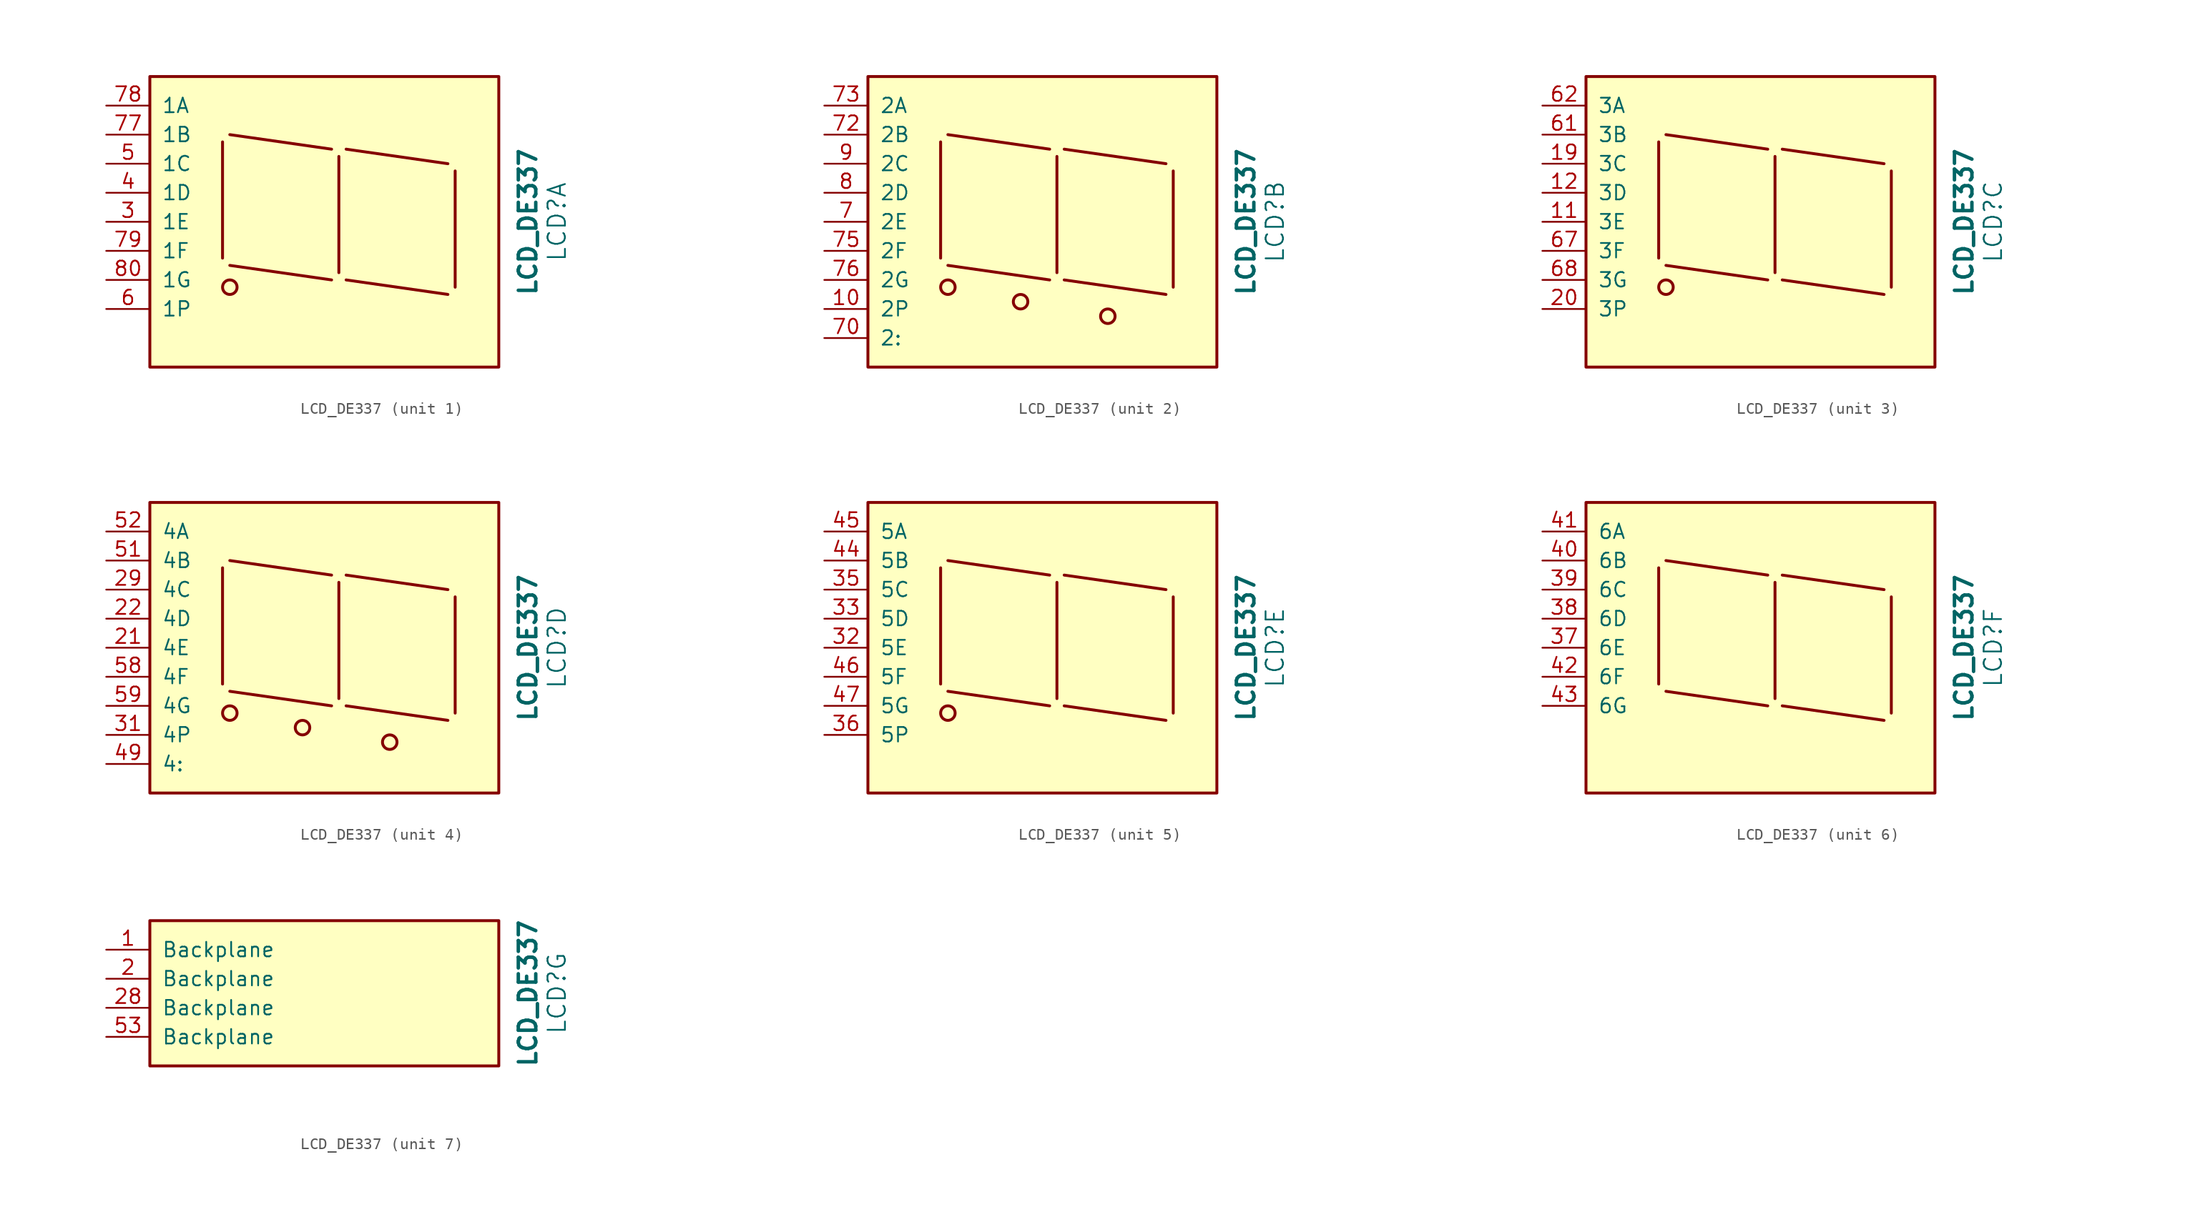
<source format=kicad_sym>
(kicad_symbol_lib
  (version 20231120)
  (generator "kicad_symbol_editor")
  (generator_version "8.0")
  (symbol "LCD_DE337"
    (pin_names
      (offset 1.016))
    (property "Reference" "LCD"
      (at 20.32 0 90)
      (effects (font (size 1.524 1.524))))
    (property "Value" "LCD_DE337"
      (at 17.78 0 90)
      (effects (font (size 1.524 1.524) (bold yes))))
    (property "Datasheet" ""
      (at 29.21 -10.16 0)
      (effects (font (size 1.524 1.524))))
    (property "ki_locked" ""
      (at 0 0 0)
      (effects (font (size 1.27 1.27))))
    (symbol "LCD_DE337_1_0"
      (rectangle (start -15.24 12.7) (end 15.24 -12.7) (stroke (width 0.254) (type default)) (fill (type background)))
      (circle (center -8.255 -5.715) (radius 0.635) (stroke (width 0.254) (type default)) (fill (type none)))
      (polyline (pts (xy -8.89 6.985) (xy -8.89 -3.175)) (stroke (width 0.254) (type default)) (fill (type none)))
      (polyline (pts (xy -8.255 -3.81) (xy 0.635 -5.08)) (stroke (width 0.254) (type default)) (fill (type none)))
      (polyline (pts (xy -8.255 7.62) (xy 0.635 6.35)) (stroke (width 0.254) (type default)) (fill (type none)))
      (polyline (pts (xy 1.27 5.715) (xy 1.27 -4.445)) (stroke (width 0.254) (type default)) (fill (type none)))
      (polyline (pts (xy 1.905 -5.08) (xy 10.795 -6.35)) (stroke (width 0.254) (type default)) (fill (type none)))
      (polyline (pts (xy 1.905 6.35) (xy 10.795 5.08)) (stroke (width 0.254) (type default)) (fill (type none)))
      (polyline (pts (xy 11.43 4.445) (xy 11.43 -5.715)) (stroke (width 0.254) (type default)) (fill (type none))))
    (symbol "LCD_DE337_1_1"
      (pin passive line (at -19.05 0 0) (length 3.81) (name "1E" (effects (font (size 1.27 1.27)))) (number "3" (effects (font (size 1.27 1.27)))))
      (pin passive line (at -19.05 2.54 0) (length 3.81) (name "1D" (effects (font (size 1.27 1.27)))) (number "4" (effects (font (size 1.27 1.27)))))
      (pin passive line (at -19.05 5.08 0) (length 3.81) (name "1C" (effects (font (size 1.27 1.27)))) (number "5" (effects (font (size 1.27 1.27)))))
      (pin passive line (at -19.05 -7.62 0) (length 3.81) (name "1P" (effects (font (size 1.27 1.27)))) (number "6" (effects (font (size 1.27 1.27)))))
      (pin passive line (at -19.05 7.62 0) (length 3.81) (name "1B" (effects (font (size 1.27 1.27)))) (number "77" (effects (font (size 1.27 1.27)))))
      (pin passive line (at -19.05 10.16 0) (length 3.81) (name "1A" (effects (font (size 1.27 1.27)))) (number "78" (effects (font (size 1.27 1.27)))))
      (pin passive line (at -19.05 -2.54 0) (length 3.81) (name "1F" (effects (font (size 1.27 1.27)))) (number "79" (effects (font (size 1.27 1.27)))))
      (pin passive line (at -19.05 -5.08 0) (length 3.81) (name "1G" (effects (font (size 1.27 1.27)))) (number "80" (effects (font (size 1.27 1.27))))))
    (symbol "LCD_DE337_2_0"
      (rectangle (start -15.24 12.7) (end 15.24 -12.7) (stroke (width 0.254) (type default)) (fill (type background)))
      (circle (center -8.255 -5.715) (radius 0.635) (stroke (width 0.254) (type default)) (fill (type none)))
      (circle (center -1.905 -6.985) (radius 0.635) (stroke (width 0.254) (type default)) (fill (type none)))
      (polyline (pts (xy -8.89 6.985) (xy -8.89 -3.175)) (stroke (width 0.254) (type default)) (fill (type none)))
      (polyline (pts (xy -8.255 -3.81) (xy 0.635 -5.08)) (stroke (width 0.254) (type default)) (fill (type none)))
      (polyline (pts (xy -8.255 7.62) (xy 0.635 6.35)) (stroke (width 0.254) (type default)) (fill (type none)))
      (polyline (pts (xy 1.27 5.715) (xy 1.27 -4.445)) (stroke (width 0.254) (type default)) (fill (type none)))
      (polyline (pts (xy 1.905 -5.08) (xy 10.795 -6.35)) (stroke (width 0.254) (type default)) (fill (type none)))
      (polyline (pts (xy 1.905 6.35) (xy 10.795 5.08)) (stroke (width 0.254) (type default)) (fill (type none)))
      (polyline (pts (xy 11.43 4.445) (xy 11.43 -5.715)) (stroke (width 0.254) (type default)) (fill (type none)))
      (circle (center 5.715 -8.255) (radius 0.635) (stroke (width 0.254) (type default)) (fill (type none))))
    (symbol "LCD_DE337_2_1"
      (pin passive line (at -19.05 -7.62 0) (length 3.81) (name "2P" (effects (font (size 1.27 1.27)))) (number "10" (effects (font (size 1.27 1.27)))))
      (pin passive line (at -19.05 0 0) (length 3.81) (name "2E" (effects (font (size 1.27 1.27)))) (number "7" (effects (font (size 1.27 1.27)))))
      (pin passive line (at -19.05 -10.16 0) (length 3.81) (name "2:" (effects (font (size 1.27 1.27)))) (number "70" (effects (font (size 1.27 1.27)))))
      (pin passive line (at -19.05 7.62 0) (length 3.81) (name "2B" (effects (font (size 1.27 1.27)))) (number "72" (effects (font (size 1.27 1.27)))))
      (pin passive line (at -19.05 10.16 0) (length 3.81) (name "2A" (effects (font (size 1.27 1.27)))) (number "73" (effects (font (size 1.27 1.27)))))
      (pin passive line (at -19.05 -2.54 0) (length 3.81) (name "2F" (effects (font (size 1.27 1.27)))) (number "75" (effects (font (size 1.27 1.27)))))
      (pin passive line (at -19.05 -5.08 0) (length 3.81) (name "2G" (effects (font (size 1.27 1.27)))) (number "76" (effects (font (size 1.27 1.27)))))
      (pin passive line (at -19.05 2.54 0) (length 3.81) (name "2D" (effects (font (size 1.27 1.27)))) (number "8" (effects (font (size 1.27 1.27)))))
      (pin passive line (at -19.05 5.08 0) (length 3.81) (name "2C" (effects (font (size 1.27 1.27)))) (number "9" (effects (font (size 1.27 1.27))))))
    (symbol "LCD_DE337_3_0"
      (rectangle (start -15.24 12.7) (end 15.24 -12.7) (stroke (width 0.254) (type default)) (fill (type background)))
      (circle (center -8.255 -5.715) (radius 0.635) (stroke (width 0.254) (type default)) (fill (type none)))
      (polyline (pts (xy -8.89 6.985) (xy -8.89 -3.175)) (stroke (width 0.254) (type default)) (fill (type none)))
      (polyline (pts (xy -8.255 -3.81) (xy 0.635 -5.08)) (stroke (width 0.254) (type default)) (fill (type none)))
      (polyline (pts (xy -8.255 7.62) (xy 0.635 6.35)) (stroke (width 0.254) (type default)) (fill (type none)))
      (polyline (pts (xy 1.27 5.715) (xy 1.27 -4.445)) (stroke (width 0.254) (type default)) (fill (type none)))
      (polyline (pts (xy 1.905 -5.08) (xy 10.795 -6.35)) (stroke (width 0.254) (type default)) (fill (type none)))
      (polyline (pts (xy 1.905 6.35) (xy 10.795 5.08)) (stroke (width 0.254) (type default)) (fill (type none)))
      (polyline (pts (xy 11.43 4.445) (xy 11.43 -5.715)) (stroke (width 0.254) (type default)) (fill (type none))))
    (symbol "LCD_DE337_3_1"
      (pin passive line (at -19.05 0 0) (length 3.81) (name "3E" (effects (font (size 1.27 1.27)))) (number "11" (effects (font (size 1.27 1.27)))))
      (pin passive line (at -19.05 2.54 0) (length 3.81) (name "3D" (effects (font (size 1.27 1.27)))) (number "12" (effects (font (size 1.27 1.27)))))
      (pin passive line (at -19.05 5.08 0) (length 3.81) (name "3C" (effects (font (size 1.27 1.27)))) (number "19" (effects (font (size 1.27 1.27)))))
      (pin passive line (at -19.05 -7.62 0) (length 3.81) (name "3P" (effects (font (size 1.27 1.27)))) (number "20" (effects (font (size 1.27 1.27)))))
      (pin passive line (at -19.05 7.62 0) (length 3.81) (name "3B" (effects (font (size 1.27 1.27)))) (number "61" (effects (font (size 1.27 1.27)))))
      (pin passive line (at -19.05 10.16 0) (length 3.81) (name "3A" (effects (font (size 1.27 1.27)))) (number "62" (effects (font (size 1.27 1.27)))))
      (pin passive line (at -19.05 -2.54 0) (length 3.81) (name "3F" (effects (font (size 1.27 1.27)))) (number "67" (effects (font (size 1.27 1.27)))))
      (pin passive line (at -19.05 -5.08 0) (length 3.81) (name "3G" (effects (font (size 1.27 1.27)))) (number "68" (effects (font (size 1.27 1.27))))))
    (symbol "LCD_DE337_4_0"
      (rectangle (start -15.24 12.7) (end 15.24 -12.7) (stroke (width 0.254) (type default)) (fill (type background)))
      (circle (center -8.255 -5.715) (radius 0.635) (stroke (width 0.254) (type default)) (fill (type none)))
      (circle (center -1.905 -6.985) (radius 0.635) (stroke (width 0.254) (type default)) (fill (type none)))
      (polyline (pts (xy -8.89 6.985) (xy -8.89 -3.175)) (stroke (width 0.254) (type default)) (fill (type none)))
      (polyline (pts (xy -8.255 -3.81) (xy 0.635 -5.08)) (stroke (width 0.254) (type default)) (fill (type none)))
      (polyline (pts (xy -8.255 7.62) (xy 0.635 6.35)) (stroke (width 0.254) (type default)) (fill (type none)))
      (polyline (pts (xy 1.27 5.715) (xy 1.27 -4.445)) (stroke (width 0.254) (type default)) (fill (type none)))
      (polyline (pts (xy 1.905 -5.08) (xy 10.795 -6.35)) (stroke (width 0.254) (type default)) (fill (type none)))
      (polyline (pts (xy 1.905 6.35) (xy 10.795 5.08)) (stroke (width 0.254) (type default)) (fill (type none)))
      (polyline (pts (xy 11.43 4.445) (xy 11.43 -5.715)) (stroke (width 0.254) (type default)) (fill (type none)))
      (circle (center 5.715 -8.255) (radius 0.635) (stroke (width 0.254) (type default)) (fill (type none))))
    (symbol "LCD_DE337_4_1"
      (pin passive line (at -19.05 0 0) (length 3.81) (name "4E" (effects (font (size 1.27 1.27)))) (number "21" (effects (font (size 1.27 1.27)))))
      (pin passive line (at -19.05 2.54 0) (length 3.81) (name "4D" (effects (font (size 1.27 1.27)))) (number "22" (effects (font (size 1.27 1.27)))))
      (pin passive line (at -19.05 5.08 0) (length 3.81) (name "4C" (effects (font (size 1.27 1.27)))) (number "29" (effects (font (size 1.27 1.27)))))
      (pin passive line (at -19.05 -7.62 0) (length 3.81) (name "4P" (effects (font (size 1.27 1.27)))) (number "31" (effects (font (size 1.27 1.27)))))
      (pin passive line (at -19.05 -10.16 0) (length 3.81) (name "4:" (effects (font (size 1.27 1.27)))) (number "49" (effects (font (size 1.27 1.27)))))
      (pin passive line (at -19.05 7.62 0) (length 3.81) (name "4B" (effects (font (size 1.27 1.27)))) (number "51" (effects (font (size 1.27 1.27)))))
      (pin passive line (at -19.05 10.16 0) (length 3.81) (name "4A" (effects (font (size 1.27 1.27)))) (number "52" (effects (font (size 1.27 1.27)))))
      (pin passive line (at -19.05 -2.54 0) (length 3.81) (name "4F" (effects (font (size 1.27 1.27)))) (number "58" (effects (font (size 1.27 1.27)))))
      (pin passive line (at -19.05 -5.08 0) (length 3.81) (name "4G" (effects (font (size 1.27 1.27)))) (number "59" (effects (font (size 1.27 1.27))))))
    (symbol "LCD_DE337_5_0"
      (rectangle (start -15.24 12.7) (end 15.24 -12.7) (stroke (width 0.254) (type default)) (fill (type background)))
      (circle (center -8.255 -5.715) (radius 0.635) (stroke (width 0.254) (type default)) (fill (type none)))
      (polyline (pts (xy -8.89 6.985) (xy -8.89 -3.175)) (stroke (width 0.254) (type default)) (fill (type none)))
      (polyline (pts (xy -8.255 -3.81) (xy 0.635 -5.08)) (stroke (width 0.254) (type default)) (fill (type none)))
      (polyline (pts (xy -8.255 7.62) (xy 0.635 6.35)) (stroke (width 0.254) (type default)) (fill (type none)))
      (polyline (pts (xy 1.27 5.715) (xy 1.27 -4.445)) (stroke (width 0.254) (type default)) (fill (type none)))
      (polyline (pts (xy 1.905 -5.08) (xy 10.795 -6.35)) (stroke (width 0.254) (type default)) (fill (type none)))
      (polyline (pts (xy 1.905 6.35) (xy 10.795 5.08)) (stroke (width 0.254) (type default)) (fill (type none)))
      (polyline (pts (xy 11.43 4.445) (xy 11.43 -5.715)) (stroke (width 0.254) (type default)) (fill (type none))))
    (symbol "LCD_DE337_5_1"
      (pin passive line (at -19.05 0 0) (length 3.81) (name "5E" (effects (font (size 1.27 1.27)))) (number "32" (effects (font (size 1.27 1.27)))))
      (pin passive line (at -19.05 2.54 0) (length 3.81) (name "5D" (effects (font (size 1.27 1.27)))) (number "33" (effects (font (size 1.27 1.27)))))
      (pin passive line (at -19.05 5.08 0) (length 3.81) (name "5C" (effects (font (size 1.27 1.27)))) (number "35" (effects (font (size 1.27 1.27)))))
      (pin passive line (at -19.05 -7.62 0) (length 3.81) (name "5P" (effects (font (size 1.27 1.27)))) (number "36" (effects (font (size 1.27 1.27)))))
      (pin passive line (at -19.05 7.62 0) (length 3.81) (name "5B" (effects (font (size 1.27 1.27)))) (number "44" (effects (font (size 1.27 1.27)))))
      (pin passive line (at -19.05 10.16 0) (length 3.81) (name "5A" (effects (font (size 1.27 1.27)))) (number "45" (effects (font (size 1.27 1.27)))))
      (pin passive line (at -19.05 -2.54 0) (length 3.81) (name "5F" (effects (font (size 1.27 1.27)))) (number "46" (effects (font (size 1.27 1.27)))))
      (pin passive line (at -19.05 -5.08 0) (length 3.81) (name "5G" (effects (font (size 1.27 1.27)))) (number "47" (effects (font (size 1.27 1.27))))))
    (symbol "LCD_DE337_6_0"
      (rectangle (start -15.24 12.7) (end 15.24 -12.7) (stroke (width 0.254) (type default)) (fill (type background)))
      (polyline (pts (xy -8.89 6.985) (xy -8.89 -3.175)) (stroke (width 0.254) (type default)) (fill (type none)))
      (polyline (pts (xy -8.255 -3.81) (xy 0.635 -5.08)) (stroke (width 0.254) (type default)) (fill (type none)))
      (polyline (pts (xy -8.255 7.62) (xy 0.635 6.35)) (stroke (width 0.254) (type default)) (fill (type none)))
      (polyline (pts (xy 1.27 5.715) (xy 1.27 -4.445)) (stroke (width 0.254) (type default)) (fill (type none)))
      (polyline (pts (xy 1.905 -5.08) (xy 10.795 -6.35)) (stroke (width 0.254) (type default)) (fill (type none)))
      (polyline (pts (xy 1.905 6.35) (xy 10.795 5.08)) (stroke (width 0.254) (type default)) (fill (type none)))
      (polyline (pts (xy 11.43 4.445) (xy 11.43 -5.715)) (stroke (width 0.254) (type default)) (fill (type none))))
    (symbol "LCD_DE337_6_1"
      (pin passive line (at -19.05 0 0) (length 3.81) (name "6E" (effects (font (size 1.27 1.27)))) (number "37" (effects (font (size 1.27 1.27)))))
      (pin passive line (at -19.05 2.54 0) (length 3.81) (name "6D" (effects (font (size 1.27 1.27)))) (number "38" (effects (font (size 1.27 1.27)))))
      (pin passive line (at -19.05 5.08 0) (length 3.81) (name "6C" (effects (font (size 1.27 1.27)))) (number "39" (effects (font (size 1.27 1.27)))))
      (pin passive line (at -19.05 7.62 0) (length 3.81) (name "6B" (effects (font (size 1.27 1.27)))) (number "40" (effects (font (size 1.27 1.27)))))
      (pin passive line (at -19.05 10.16 0) (length 3.81) (name "6A" (effects (font (size 1.27 1.27)))) (number "41" (effects (font (size 1.27 1.27)))))
      (pin passive line (at -19.05 -2.54 0) (length 3.81) (name "6F" (effects (font (size 1.27 1.27)))) (number "42" (effects (font (size 1.27 1.27)))))
      (pin passive line (at -19.05 -5.08 0) (length 3.81) (name "6G" (effects (font (size 1.27 1.27)))) (number "43" (effects (font (size 1.27 1.27))))))
    (symbol "LCD_DE337_7_0"
      (rectangle (start -15.24 6.35) (end 15.24 -6.35) (stroke (width 0.254) (type default)) (fill (type background))))
    (symbol "LCD_DE337_7_1"
      (pin passive line (at -19.05 3.81 0) (length 3.81) (name "Backplane" (effects (font (size 1.27 1.27)))) (number "1" (effects (font (size 1.27 1.27)))))
      (pin passive line (at -19.05 1.27 0) (length 3.81) (name "Backplane" (effects (font (size 1.27 1.27)))) (number "2" (effects (font (size 1.27 1.27)))))
      (pin passive line (at -19.05 -1.27 0) (length 3.81) (name "Backplane" (effects (font (size 1.27 1.27)))) (number "28" (effects (font (size 1.27 1.27)))))
      (pin passive line (at -19.05 -3.81 0) (length 3.81) (name "Backplane" (effects (font (size 1.27 1.27)))) (number "53" (effects (font (size 1.27 1.27))))))))
</source>
